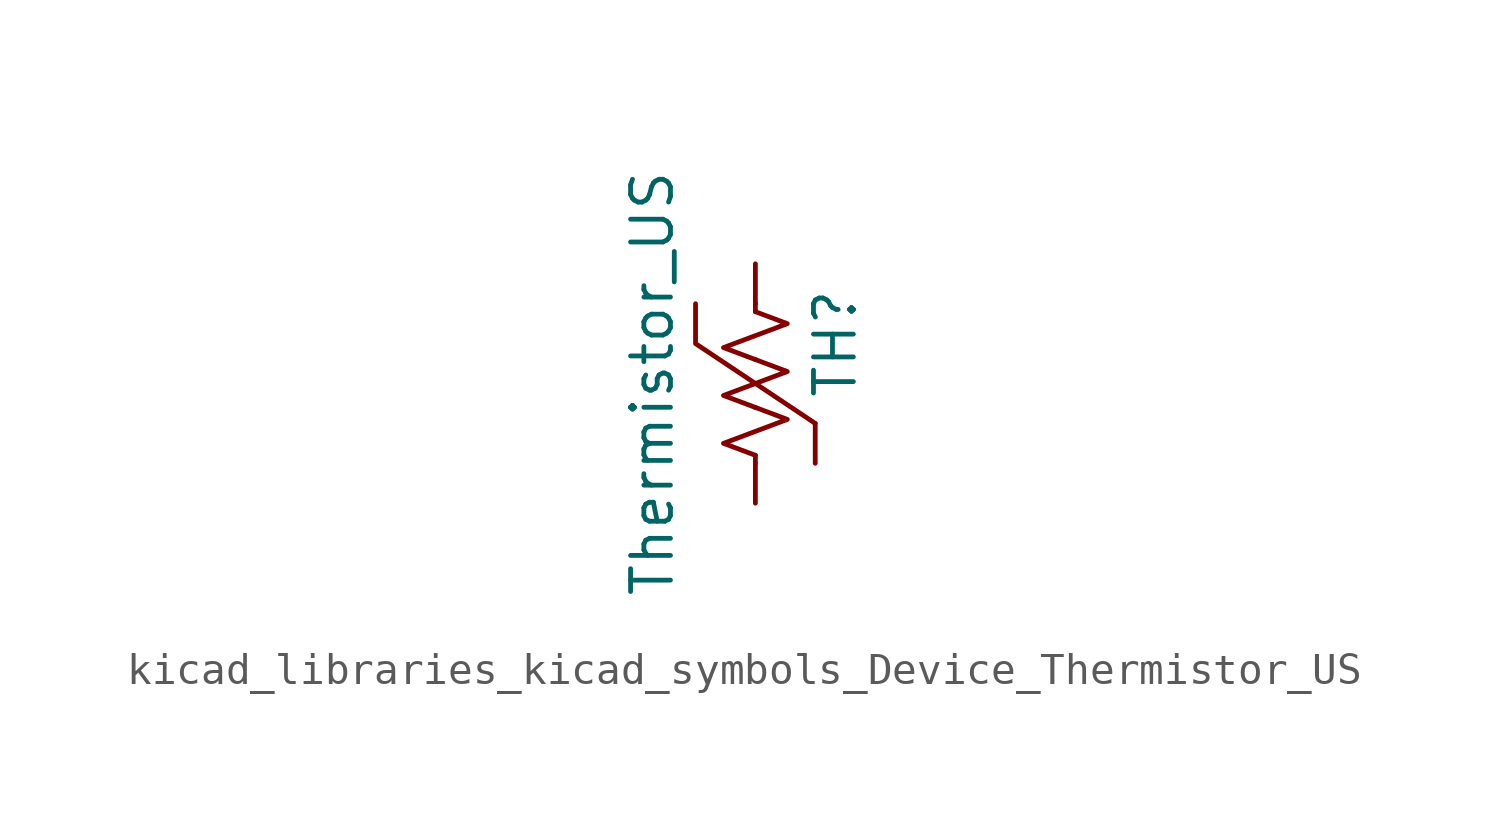
<source format=kicad_sym>
(kicad_symbol_lib
  (version 20220914)
  (generator kicad_symbol_editor)
  (symbol "kicad_libraries_kicad_symbols_Device_Thermistor_US"
    (pin_numbers hide)
    (pin_names
      (offset 0))
    (property "Reference" "TH"
      (at 2.54 1.27 90)
      (effects (font (size 1.27 1.27))))
    (property "Value" "Thermistor_US"
      (at -2.54 0 90)
      (effects (font (size 1.27 1.27)) (justify bottom)))
    (symbol "kicad_libraries_kicad_symbols_Device_Thermistor_US_0_1"
      (polyline (pts (xy 0 -2.286) (xy 0 -2.54)) (stroke (width 0) (type default)) (fill (type none)))
      (polyline (pts (xy 0 2.286) (xy 0 2.54)) (stroke (width 0) (type default)) (fill (type none)))
      (polyline (pts (xy 1.905 -1.27) (xy 1.905 -2.54)) (stroke (width 0) (type default)) (fill (type none)))
      (polyline (pts (xy -1.905 2.54) (xy -1.905 1.27) (xy 1.905 -1.27)) (stroke (width 0) (type default)) (fill (type none)))
      (polyline (pts (xy 0 -0.762) (xy 1.016 -1.143) (xy 0 -1.524) (xy -1.016 -1.905) (xy 0 -2.286)) (stroke (width 0) (type default)) (fill (type none)))
      (polyline (pts (xy 0 0.762) (xy 1.016 0.381) (xy 0 0) (xy -1.016 -0.381) (xy 0 -0.762)) (stroke (width 0) (type default)) (fill (type none)))
      (polyline (pts (xy 0 2.286) (xy 1.016 1.905) (xy 0 1.524) (xy -1.016 1.143) (xy 0 0.762)) (stroke (width 0) (type default)) (fill (type none))))
    (symbol "kicad_libraries_kicad_symbols_Device_Thermistor_US_1_1"
      (pin passive line (at 0 3.81 270) (length 1.27) (name "~" (effects (font (size 1.27 1.27)))) (number "1" (effects (font (size 1.27 1.27)))))
      (pin passive line (at 0 -3.81 90) (length 1.27) (name "~" (effects (font (size 1.27 1.27)))) (number "2" (effects (font (size 1.27 1.27))))))))
</source>
